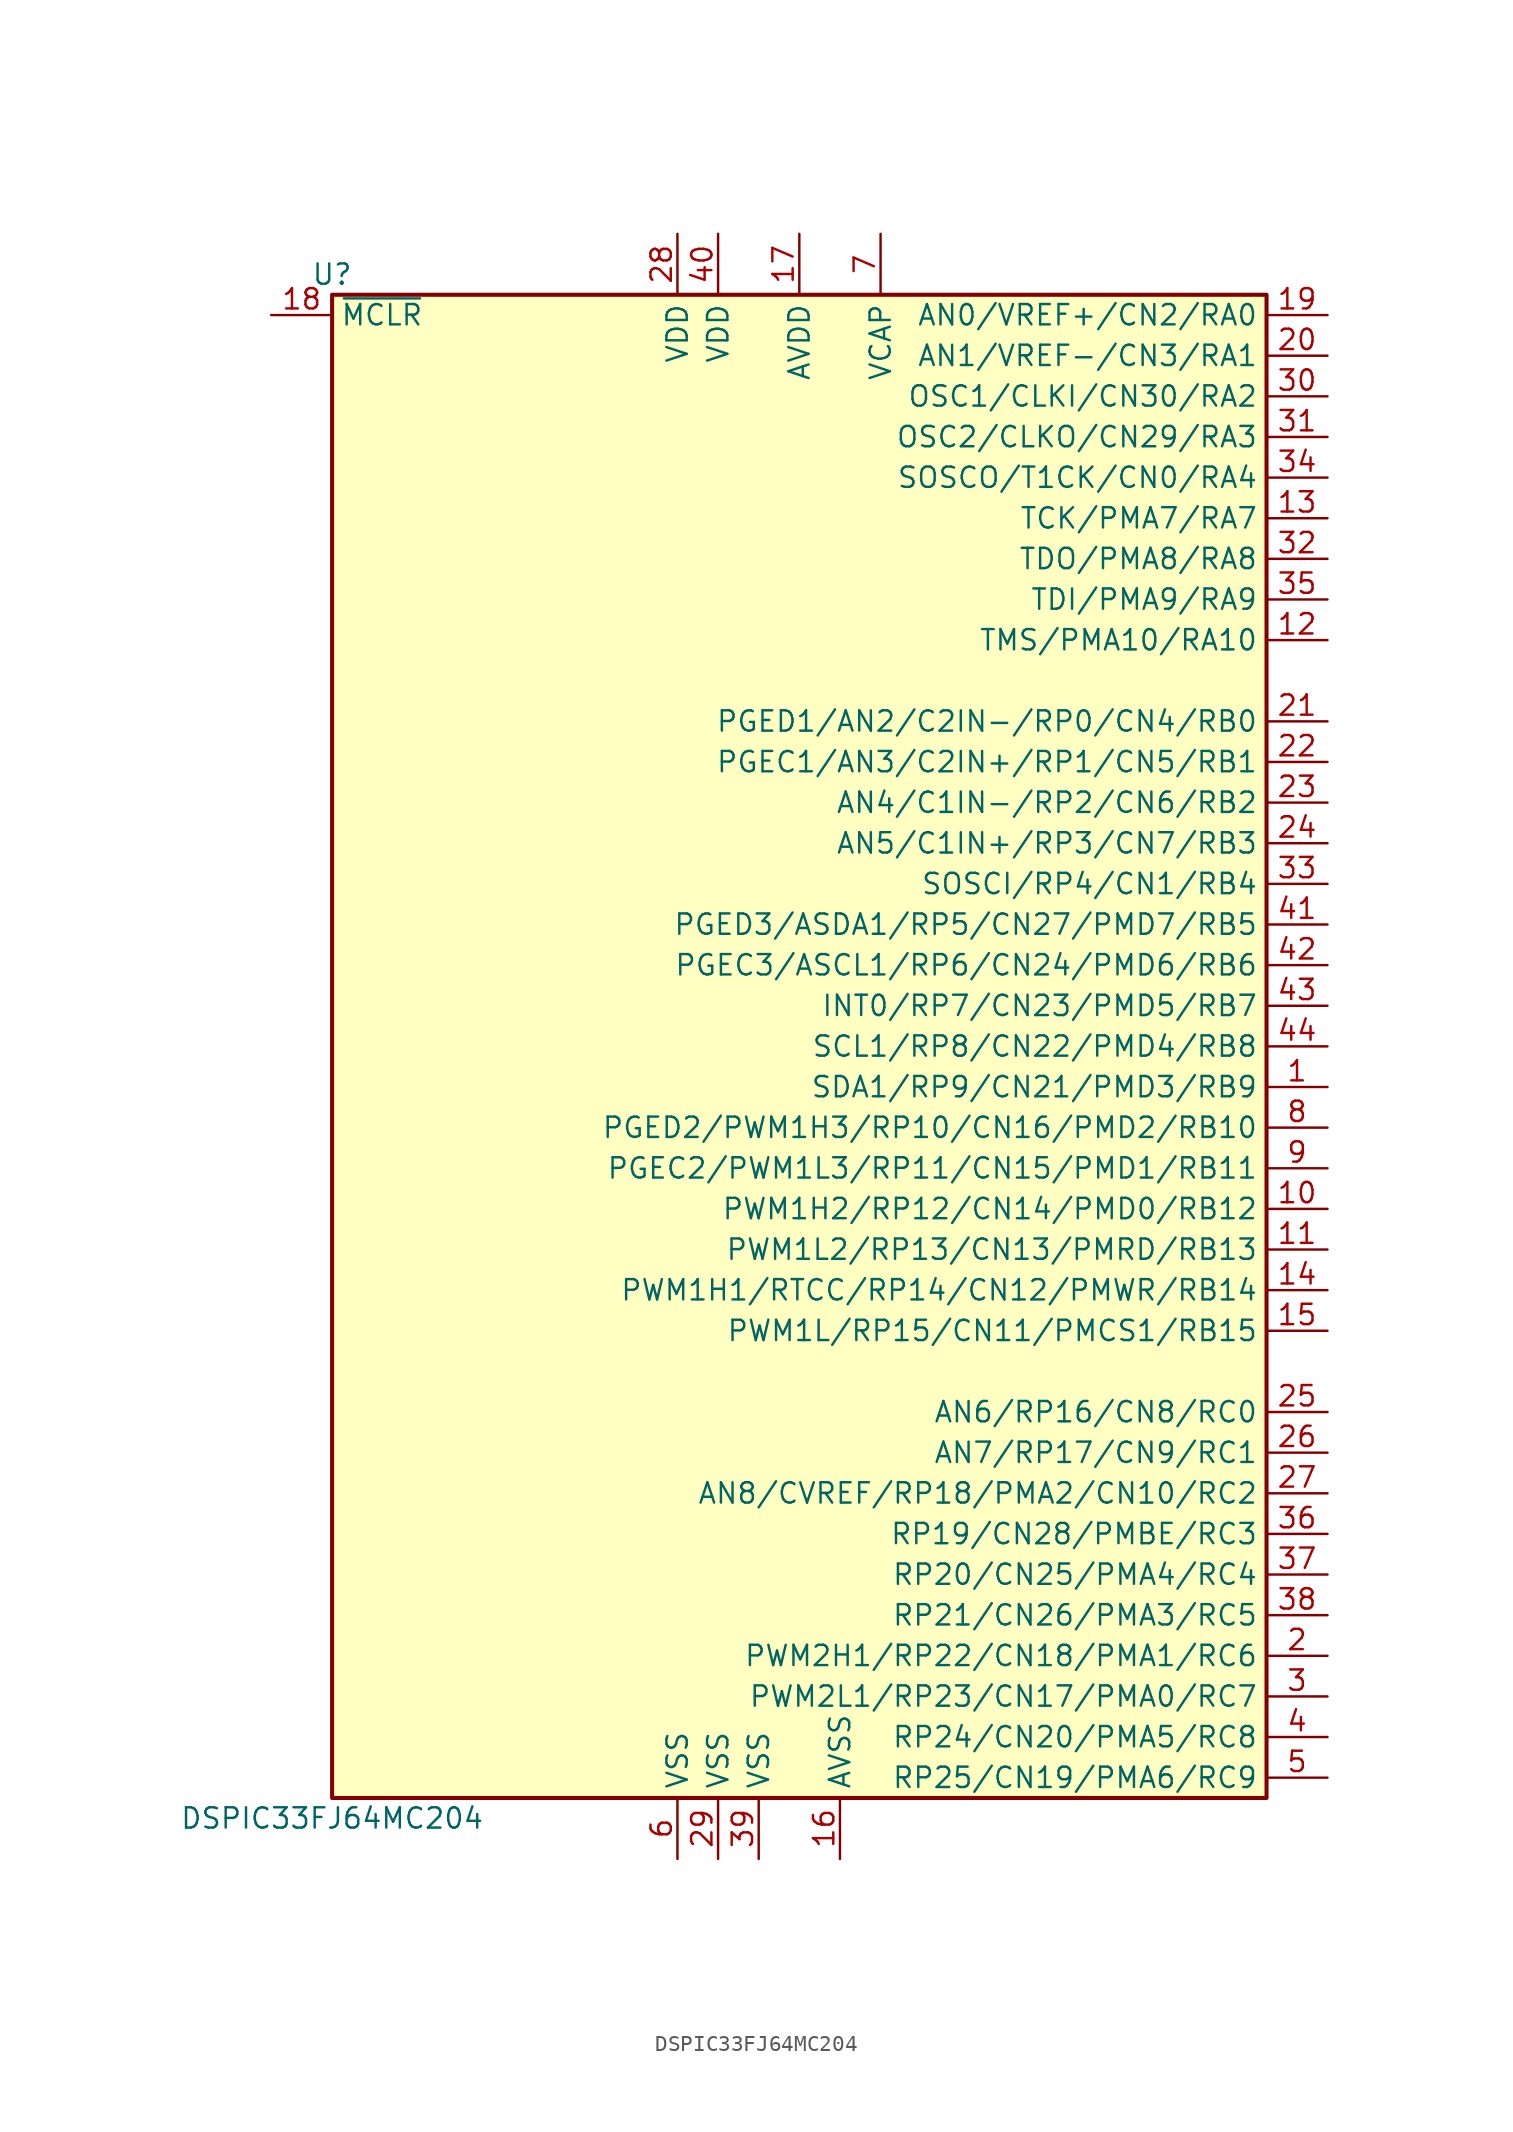
<source format=kicad_sym>
(kicad_symbol_lib
  (version 20201005)
  (generator kicad_symbol_editor)
  (symbol "DSPIC33FJ64MC204"
    (property "Reference" "U"
      (at -29.21 48.26 0)
      (effects (font (size 1.27 1.27))))
    (property "Value" "DSPIC33FJ64MC204"
      (at -29.21 -48.26 0)
      (effects (font (size 1.27 1.27))))
    (symbol "DSPIC33FJ64MC204_1_1"
      (rectangle (start -29.21 46.99) (end 29.21 -46.99) (stroke (width 0.254)) (fill (type background)))
      (pin bidirectional line (at 33.02 -2.54 180) (length 3.81) (name "SDA1/RP9/CN21/PMD3/RB9" (effects (font (size 1.27 1.27)))) (number "1" (effects (font (size 1.27 1.27)))))
      (pin bidirectional line (at 33.02 -10.16 180) (length 3.81) (name "PWM1H2/RP12/CN14/PMD0/RB12" (effects (font (size 1.27 1.27)))) (number "10" (effects (font (size 1.27 1.27)))))
      (pin bidirectional line (at 33.02 -12.7 180) (length 3.81) (name "PWM1L2/RP13/CN13/PMRD/RB13" (effects (font (size 1.27 1.27)))) (number "11" (effects (font (size 1.27 1.27)))))
      (pin bidirectional line (at 33.02 25.4 180) (length 3.81) (name "TMS/PMA10/RA10" (effects (font (size 1.27 1.27)))) (number "12" (effects (font (size 1.27 1.27)))))
      (pin bidirectional line (at 33.02 33.02 180) (length 3.81) (name "TCK/PMA7/RA7" (effects (font (size 1.27 1.27)))) (number "13" (effects (font (size 1.27 1.27)))))
      (pin bidirectional line (at 33.02 -15.24 180) (length 3.81) (name "PWM1H1/RTCC/RP14/CN12/PMWR/RB14" (effects (font (size 1.27 1.27)))) (number "14" (effects (font (size 1.27 1.27)))))
      (pin bidirectional line (at 33.02 -17.78 180) (length 3.81) (name "PWM1L/RP15/CN11/PMCS1/RB15" (effects (font (size 1.27 1.27)))) (number "15" (effects (font (size 1.27 1.27)))))
      (pin power_in line (at 2.54 -50.8 90) (length 3.81) (name "AVSS" (effects (font (size 1.27 1.27)))) (number "16" (effects (font (size 1.27 1.27)))))
      (pin power_in line (at 0 50.8 270) (length 3.81) (name "AVDD" (effects (font (size 1.27 1.27)))) (number "17" (effects (font (size 1.27 1.27)))))
      (pin input line (at -33.02 45.72 0) (length 3.81) (name "~MCLR" (effects (font (size 1.27 1.27)))) (number "18" (effects (font (size 1.27 1.27)))))
      (pin bidirectional line (at 33.02 45.72 180) (length 3.81) (name "AN0/VREF+/CN2/RA0" (effects (font (size 1.27 1.27)))) (number "19" (effects (font (size 1.27 1.27)))))
      (pin bidirectional line (at 33.02 -38.1 180) (length 3.81) (name "PWM2H1/RP22/CN18/PMA1/RC6" (effects (font (size 1.27 1.27)))) (number "2" (effects (font (size 1.27 1.27)))))
      (pin bidirectional line (at 33.02 43.18 180) (length 3.81) (name "AN1/VREF-/CN3/RA1" (effects (font (size 1.27 1.27)))) (number "20" (effects (font (size 1.27 1.27)))))
      (pin bidirectional line (at 33.02 20.32 180) (length 3.81) (name "PGED1/AN2/C2IN-/RP0/CN4/RB0" (effects (font (size 1.27 1.27)))) (number "21" (effects (font (size 1.27 1.27)))))
      (pin bidirectional line (at 33.02 17.78 180) (length 3.81) (name "PGEC1/AN3/C2IN+/RP1/CN5/RB1" (effects (font (size 1.27 1.27)))) (number "22" (effects (font (size 1.27 1.27)))))
      (pin bidirectional line (at 33.02 15.24 180) (length 3.81) (name "AN4/C1IN-/RP2/CN6/RB2" (effects (font (size 1.27 1.27)))) (number "23" (effects (font (size 1.27 1.27)))))
      (pin bidirectional line (at 33.02 12.7 180) (length 3.81) (name "AN5/C1IN+/RP3/CN7/RB3" (effects (font (size 1.27 1.27)))) (number "24" (effects (font (size 1.27 1.27)))))
      (pin bidirectional line (at 33.02 -22.86 180) (length 3.81) (name "AN6/RP16/CN8/RC0" (effects (font (size 1.27 1.27)))) (number "25" (effects (font (size 1.27 1.27)))))
      (pin bidirectional line (at 33.02 -25.4 180) (length 3.81) (name "AN7/RP17/CN9/RC1" (effects (font (size 1.27 1.27)))) (number "26" (effects (font (size 1.27 1.27)))))
      (pin bidirectional line (at 33.02 -27.94 180) (length 3.81) (name "AN8/CVREF/RP18/PMA2/CN10/RC2" (effects (font (size 1.27 1.27)))) (number "27" (effects (font (size 1.27 1.27)))))
      (pin power_in line (at -7.62 50.8 270) (length 3.81) (name "VDD" (effects (font (size 1.27 1.27)))) (number "28" (effects (font (size 1.27 1.27)))))
      (pin power_in line (at -5.08 -50.8 90) (length 3.81) (name "VSS" (effects (font (size 1.27 1.27)))) (number "29" (effects (font (size 1.27 1.27)))))
      (pin bidirectional line (at 33.02 -40.64 180) (length 3.81) (name "PWM2L1/RP23/CN17/PMA0/RC7" (effects (font (size 1.27 1.27)))) (number "3" (effects (font (size 1.27 1.27)))))
      (pin input line (at 33.02 40.64 180) (length 3.81) (name "OSC1/CLKI/CN30/RA2" (effects (font (size 1.27 1.27)))) (number "30" (effects (font (size 1.27 1.27)))))
      (pin input line (at 33.02 38.1 180) (length 3.81) (name "OSC2/CLKO/CN29/RA3" (effects (font (size 1.27 1.27)))) (number "31" (effects (font (size 1.27 1.27)))))
      (pin input line (at 33.02 30.48 180) (length 3.81) (name "TDO/PMA8/RA8" (effects (font (size 1.27 1.27)))) (number "32" (effects (font (size 1.27 1.27)))))
      (pin input line (at 33.02 10.16 180) (length 3.81) (name "SOSCI/RP4/CN1/RB4" (effects (font (size 1.27 1.27)))) (number "33" (effects (font (size 1.27 1.27)))))
      (pin input line (at 33.02 35.56 180) (length 3.81) (name "SOSCO/T1CK/CN0/RA4" (effects (font (size 1.27 1.27)))) (number "34" (effects (font (size 1.27 1.27)))))
      (pin input line (at 33.02 27.94 180) (length 3.81) (name "TDI/PMA9/RA9" (effects (font (size 1.27 1.27)))) (number "35" (effects (font (size 1.27 1.27)))))
      (pin input line (at 33.02 -30.48 180) (length 3.81) (name "RP19/CN28/PMBE/RC3" (effects (font (size 1.27 1.27)))) (number "36" (effects (font (size 1.27 1.27)))))
      (pin input line (at 33.02 -33.02 180) (length 3.81) (name "RP20/CN25/PMA4/RC4" (effects (font (size 1.27 1.27)))) (number "37" (effects (font (size 1.27 1.27)))))
      (pin input line (at 33.02 -35.56 180) (length 3.81) (name "RP21/CN26/PMA3/RC5" (effects (font (size 1.27 1.27)))) (number "38" (effects (font (size 1.27 1.27)))))
      (pin power_in line (at -2.54 -50.8 90) (length 3.81) (name "VSS" (effects (font (size 1.27 1.27)))) (number "39" (effects (font (size 1.27 1.27)))))
      (pin bidirectional line (at 33.02 -43.18 180) (length 3.81) (name "RP24/CN20/PMA5/RC8" (effects (font (size 1.27 1.27)))) (number "4" (effects (font (size 1.27 1.27)))))
      (pin power_in line (at -5.08 50.8 270) (length 3.81) (name "VDD" (effects (font (size 1.27 1.27)))) (number "40" (effects (font (size 1.27 1.27)))))
      (pin input line (at 33.02 7.62 180) (length 3.81) (name "PGED3/ASDA1/RP5/CN27/PMD7/RB5" (effects (font (size 1.27 1.27)))) (number "41" (effects (font (size 1.27 1.27)))))
      (pin input line (at 33.02 5.08 180) (length 3.81) (name "PGEC3/ASCL1/RP6/CN24/PMD6/RB6" (effects (font (size 1.27 1.27)))) (number "42" (effects (font (size 1.27 1.27)))))
      (pin input line (at 33.02 2.54 180) (length 3.81) (name "INT0/RP7/CN23/PMD5/RB7" (effects (font (size 1.27 1.27)))) (number "43" (effects (font (size 1.27 1.27)))))
      (pin input line (at 33.02 0 180) (length 3.81) (name "SCL1/RP8/CN22/PMD4/RB8" (effects (font (size 1.27 1.27)))) (number "44" (effects (font (size 1.27 1.27)))))
      (pin bidirectional line (at 33.02 -45.72 180) (length 3.81) (name "RP25/CN19/PMA6/RC9" (effects (font (size 1.27 1.27)))) (number "5" (effects (font (size 1.27 1.27)))))
      (pin power_in line (at -7.62 -50.8 90) (length 3.81) (name "VSS" (effects (font (size 1.27 1.27)))) (number "6" (effects (font (size 1.27 1.27)))))
      (pin power_in line (at 5.08 50.8 270) (length 3.81) (name "VCAP" (effects (font (size 1.27 1.27)))) (number "7" (effects (font (size 1.27 1.27)))))
      (pin bidirectional line (at 33.02 -5.08 180) (length 3.81) (name "PGED2/PWM1H3/RP10/CN16/PMD2/RB10" (effects (font (size 1.27 1.27)))) (number "8" (effects (font (size 1.27 1.27)))))
      (pin bidirectional line (at 33.02 -7.62 180) (length 3.81) (name "PGEC2/PWM1L3/RP11/CN15/PMD1/RB11" (effects (font (size 1.27 1.27)))) (number "9" (effects (font (size 1.27 1.27))))))))
</source>
